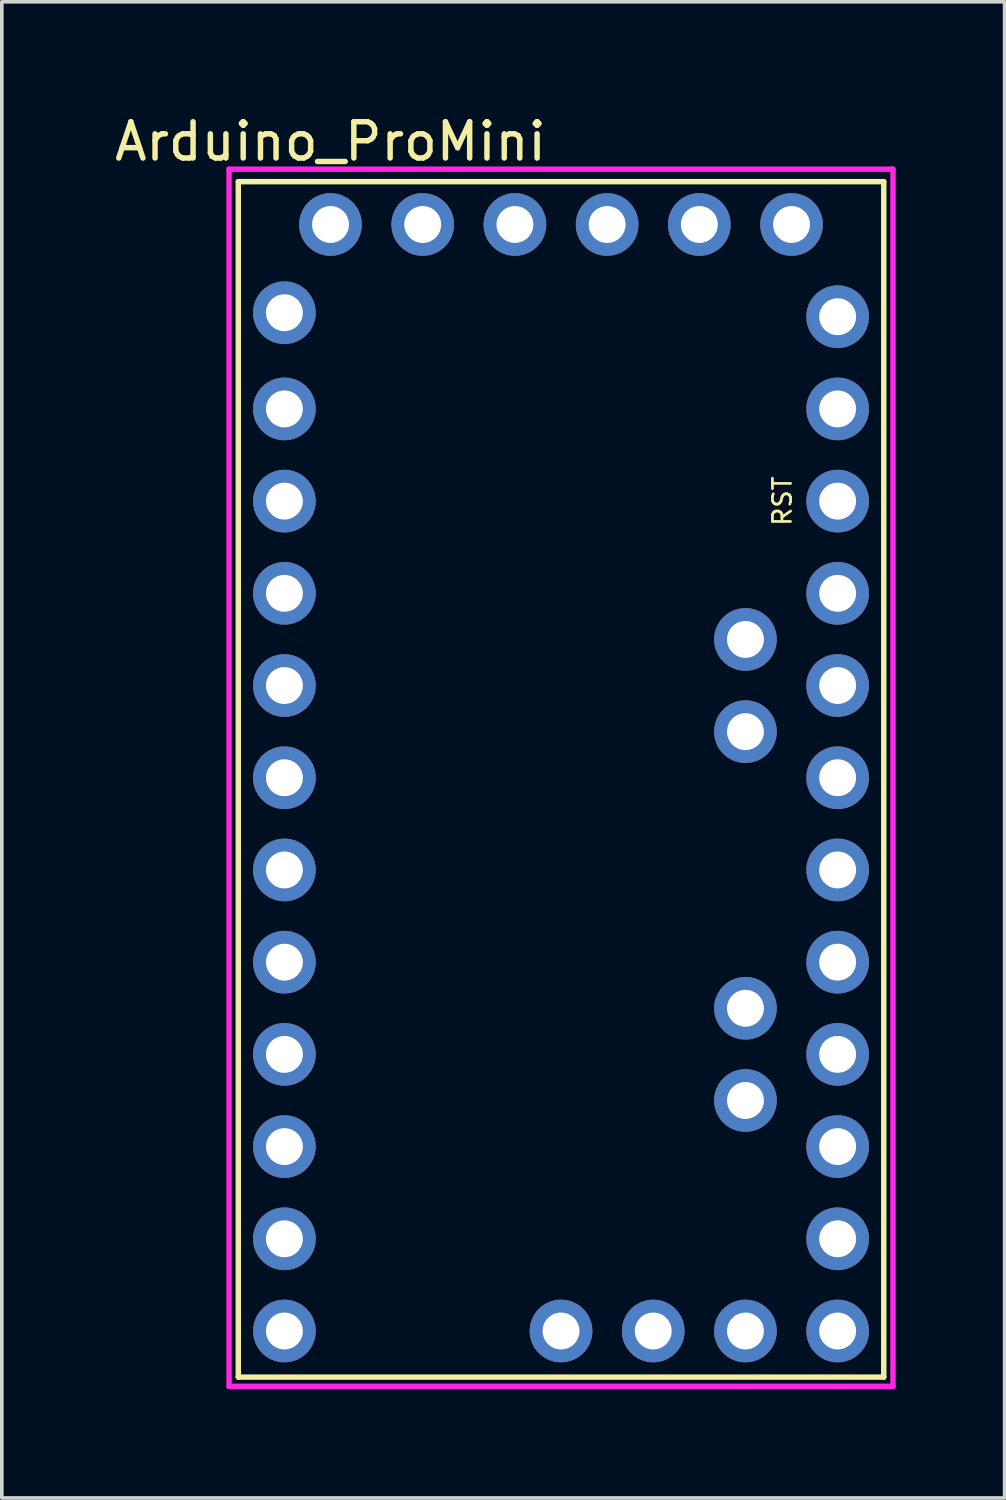
<source format=kicad_pcb>
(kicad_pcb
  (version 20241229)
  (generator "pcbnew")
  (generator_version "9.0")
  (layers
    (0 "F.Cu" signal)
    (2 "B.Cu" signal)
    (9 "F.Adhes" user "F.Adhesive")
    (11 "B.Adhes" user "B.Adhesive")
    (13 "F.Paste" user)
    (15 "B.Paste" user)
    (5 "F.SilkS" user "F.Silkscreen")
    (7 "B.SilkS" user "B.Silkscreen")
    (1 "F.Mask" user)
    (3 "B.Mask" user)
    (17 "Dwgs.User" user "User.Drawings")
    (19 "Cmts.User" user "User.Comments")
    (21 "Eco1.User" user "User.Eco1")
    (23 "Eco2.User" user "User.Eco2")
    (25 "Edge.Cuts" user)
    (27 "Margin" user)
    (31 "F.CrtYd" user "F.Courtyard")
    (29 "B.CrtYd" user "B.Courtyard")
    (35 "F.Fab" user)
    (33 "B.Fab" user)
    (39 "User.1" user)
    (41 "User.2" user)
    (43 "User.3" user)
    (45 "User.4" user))
  (footprint "Arduino_ProMini"
    (layer "F.Cu")
    (at 3.514 34.884)
    (property "Reference" "Arduino_ProMini" (at 2.54 -34.036 0) (layer "F.SilkS") (effects (font (size 1 1) (thickness 0.15))))
    (attr through_hole)
    (fp_line (start 0 -32.93) (end 17.78 -32.93) (stroke (width 0.15) (type solid)) (layer "F.SilkS"))
    (fp_line (start 0 0) (end 0 -32.93) (stroke (width 0.15) (type solid)) (layer "F.SilkS"))
    (fp_line (start 17.78 -32.93) (end 17.78 0) (stroke (width 0.15) (type solid)) (layer "F.SilkS"))
    (fp_line (start 17.78 0) (end 0 0) (stroke (width 0.15) (type solid)) (layer "F.SilkS"))
    (fp_line (start -0.254 -33.274) (end 18.034 -33.274) (stroke (width 0.15) (type solid)) (layer "F.CrtYd"))
    (fp_line (start -0.254 0.254) (end -0.254 -33.274) (stroke (width 0.15) (type solid)) (layer "F.CrtYd"))
    (fp_line (start 18.034 -33.274) (end 18.034 0.254) (stroke (width 0.15) (type solid)) (layer "F.CrtYd"))
    (fp_line (start 18.034 0.254) (end -0.254 0.254) (stroke (width 0.15) (type solid)) (layer "F.CrtYd"))
    (fp_text user "RST" (at 14.986 -24.13 90) (layer "F.SilkS") (effects (font (size 0.5 0.5) (thickness 0.075))))
    (pad "5V1" thru_hole circle (at 16.51 -21.59) (size 1.727 1.727) (drill 1.016) (layers "*.Cu" "*.Mask"))
    (pad "5V2" thru_hole circle (at 10.16 -31.75) (size 1.727 1.727) (drill 1.016) (layers "*.Cu" "*.Mask"))
    (pad "A0" thru_hole circle (at 16.51 -11.43) (size 1.727 1.727) (drill 1.016) (layers "*.Cu" "*.Mask"))
    (pad "A1" thru_hole circle (at 16.51 -13.97) (size 1.727 1.727) (drill 1.016) (layers "*.Cu" "*.Mask"))
    (pad "A2" thru_hole circle (at 16.51 -16.51) (size 1.727 1.727) (drill 1.016) (layers "*.Cu" "*.Mask"))
    (pad "A3" thru_hole circle (at 16.51 -19.05) (size 1.727 1.727) (drill 1.016) (layers "*.Cu" "*.Mask"))
    (pad "A4" thru_hole circle (at 13.97 -17.78) (size 1.727 1.727) (drill 1.016) (layers "*.Cu" "*.Mask"))
    (pad "A5" thru_hole circle (at 13.97 -20.32) (size 1.727 1.727) (drill 1.016) (layers "*.Cu" "*.Mask"))
    (pad "A6" thru_hole circle (at 11.43 -1.27) (size 1.727 1.727) (drill 1.016) (layers "*.Cu" "*.Mask"))
    (pad "A6" thru_hole circle (at 13.97 -7.62) (size 1.727 1.727) (drill 1.016) (layers "*.Cu" "*.Mask"))
    (pad "A7" thru_hole circle (at 13.97 -10.16) (size 1.727 1.727) (drill 1.016) (layers "*.Cu" "*.Mask"))
    (pad "A7" thru_hole circle (at 13.97 -1.27) (size 1.727 1.727) (drill 1.016) (layers "*.Cu" "*.Mask"))
    (pad "D0" thru_hole circle (at 1.27 -29.32) (size 1.727 1.727) (drill 1.016) (layers "*.Cu" "*.Mask"))
    (pad "D1" thru_hole circle (at 1.27 -26.67) (size 1.727 1.727) (drill 1.016) (layers "*.Cu" "*.Mask"))
    (pad "D2" thru_hole circle (at 1.27 -19.05) (size 1.727 1.727) (drill 1.016) (layers "*.Cu" "*.Mask"))
    (pad "D3" thru_hole circle (at 1.27 -16.51) (size 1.727 1.727) (drill 1.016) (layers "*.Cu" "*.Mask"))
    (pad "D4" thru_hole circle (at 1.27 -13.97) (size 1.727 1.727) (drill 1.016) (layers "*.Cu" "*.Mask"))
    (pad "D5" thru_hole circle (at 1.27 -11.43) (size 1.727 1.727) (drill 1.016) (layers "*.Cu" "*.Mask"))
    (pad "D6" thru_hole circle (at 1.27 -8.89) (size 1.727 1.727) (drill 1.016) (layers "*.Cu" "*.Mask"))
    (pad "D7" thru_hole circle (at 1.27 -6.35) (size 1.727 1.727) (drill 1.016) (layers "*.Cu" "*.Mask"))
    (pad "D8" thru_hole circle (at 1.27 -3.81) (size 1.727 1.727) (drill 1.016) (layers "*.Cu" "*.Mask"))
    (pad "D9" thru_hole circle (at 1.27 -1.27) (size 1.727 1.727) (drill 1.016) (layers "*.Cu" "*.Mask"))
    (pad "D10" thru_hole circle (at 16.51 -1.27) (size 1.727 1.727) (drill 1.016) (layers "*.Cu" "*.Mask"))
    (pad "D11" thru_hole circle (at 16.51 -3.81) (size 1.727 1.727) (drill 1.016) (layers "*.Cu" "*.Mask"))
    (pad "D12" thru_hole circle (at 16.51 -6.35) (size 1.727 1.727) (drill 1.016) (layers "*.Cu" "*.Mask"))
    (pad "D13" thru_hole circle (at 16.51 -8.89) (size 1.727 1.727) (drill 1.016) (layers "*.Cu" "*.Mask"))
    (pad "GND1" thru_hole circle (at 1.27 -21.59) (size 1.727 1.727) (drill 1.016) (layers "*.Cu" "*.Mask"))
    (pad "GND2" thru_hole circle (at 16.51 -26.67) (size 1.727 1.727) (drill 1.016) (layers "*.Cu" "*.Mask"))
    (pad "GND3" thru_hole circle (at 12.7 -31.75) (size 1.727 1.727) (drill 1.016) (layers "*.Cu" "*.Mask"))
    (pad "GND3" thru_hole circle (at 15.24 -31.75) (size 1.727 1.727) (drill 1.016) (layers "*.Cu" "*.Mask"))
    (pad "GND4" thru_hole circle (at 8.89 -1.27) (size 1.727 1.727) (drill 1.016) (layers "*.Cu" "*.Mask"))
    (pad "L2" thru_hole circle (at 2.54 -31.75) (size 1.727 1.727) (drill 1.016) (layers "*.Cu" "*.Mask"))
    (pad "RST1" thru_hole circle (at 1.27 -24.13) (size 1.727 1.727) (drill 1.016) (layers "*.Cu" "*.Mask"))
    (pad "RST2" thru_hole circle (at 16.51 -24.13) (size 1.727 1.727) (drill 1.016) (layers "*.Cu" "*.Mask"))
    (pad "RX" thru_hole circle (at 7.62 -31.75) (size 1.727 1.727) (drill 1.016) (layers "*.Cu" "*.Mask"))
    (pad "TX" thru_hole circle (at 5.08 -31.75) (size 1.727 1.727) (drill 1.016) (layers "*.Cu" "*.Mask"))
    (pad "VIN" thru_hole circle (at 16.51 -29.21) (size 1.727 1.727) (drill 1.016) (layers "*.Cu" "*.Mask")))
  (gr_rect
    (start -3 -3)
    (end 24.623 38.213)
    (stroke (width 0.1) (type default))
    (fill no)
    (layer "Edge.Cuts")))
</source>
